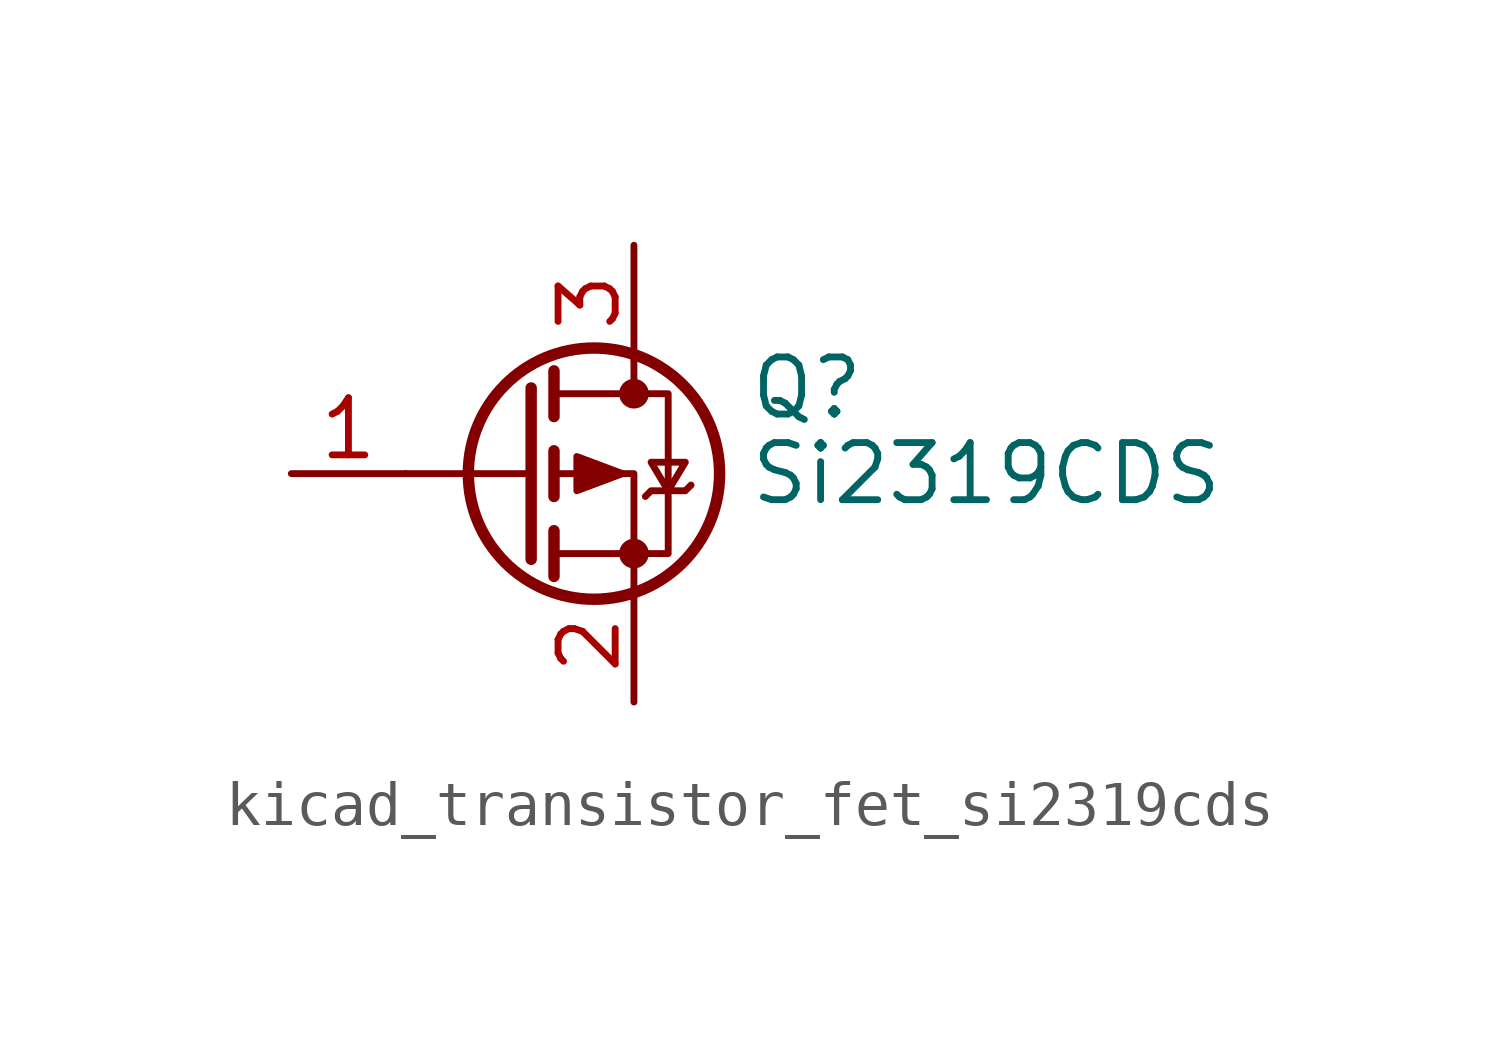
<source format=kicad_sym>
(kicad_symbol_lib
  (version 20220914)
  (generator kicad_symbol_editor)
  (symbol "kicad_transistor_fet_si2319cds"
    (pin_names hide)
    (property "Reference" "Q"
      (at 5.08 1.905 0)
      (effects (font (size 1.27 1.27)) (justify left)))
    (property "Value" "Si2319CDS"
      (at 5.08 0 0)
      (effects (font (size 1.27 1.27)) (justify left)))
    (symbol "kicad_transistor_fet_si2319cds_0_1"
      (polyline (pts (xy 0.254 0) (xy -2.54 0)) (stroke (width 0) (type default)) (fill (type none)))
      (polyline (pts (xy 0.254 1.905) (xy 0.254 -1.905)) (stroke (width 0.254) (type default)) (fill (type none)))
      (polyline (pts (xy 0.762 -1.27) (xy 0.762 -2.286)) (stroke (width 0.254) (type default)) (fill (type none)))
      (polyline (pts (xy 0.762 0.508) (xy 0.762 -0.508)) (stroke (width 0.254) (type default)) (fill (type none)))
      (polyline (pts (xy 0.762 2.286) (xy 0.762 1.27)) (stroke (width 0.254) (type default)) (fill (type none)))
      (polyline (pts (xy 2.54 2.54) (xy 2.54 1.778)) (stroke (width 0) (type default)) (fill (type none)))
      (polyline (pts (xy 2.54 -2.54) (xy 2.54 0) (xy 0.762 0)) (stroke (width 0) (type default)) (fill (type none)))
      (polyline (pts (xy 0.762 1.778) (xy 3.302 1.778) (xy 3.302 -1.778) (xy 0.762 -1.778)) (stroke (width 0) (type default)) (fill (type none)))
      (polyline (pts (xy 2.286 0) (xy 1.27 0.381) (xy 1.27 -0.381) (xy 2.286 0)) (stroke (width 0) (type default)) (fill (type outline)))
      (polyline (pts (xy 2.794 -0.508) (xy 2.921 -0.381) (xy 3.683 -0.381) (xy 3.81 -0.254)) (stroke (width 0) (type default)) (fill (type none)))
      (polyline (pts (xy 3.302 -0.381) (xy 2.921 0.254) (xy 3.683 0.254) (xy 3.302 -0.381)) (stroke (width 0) (type default)) (fill (type none)))
      (circle (center 1.651 0) (radius 2.794) (stroke (width 0.254) (type default)) (fill (type none)))
      (circle (center 2.54 -1.778) (radius 0.254) (stroke (width 0) (type default)) (fill (type outline)))
      (circle (center 2.54 1.778) (radius 0.254) (stroke (width 0) (type default)) (fill (type outline))))
    (symbol "kicad_transistor_fet_si2319cds_1_1"
      (pin input line (at -5.08 0 0) (length 2.54) (name "G" (effects (font (size 1.27 1.27)))) (number "1" (effects (font (size 1.27 1.27)))))
      (pin passive line (at 2.54 -5.08 90) (length 2.54) (name "S" (effects (font (size 1.27 1.27)))) (number "2" (effects (font (size 1.27 1.27)))))
      (pin passive line (at 2.54 5.08 270) (length 2.54) (name "D" (effects (font (size 1.27 1.27)))) (number "3" (effects (font (size 1.27 1.27))))))))
</source>
